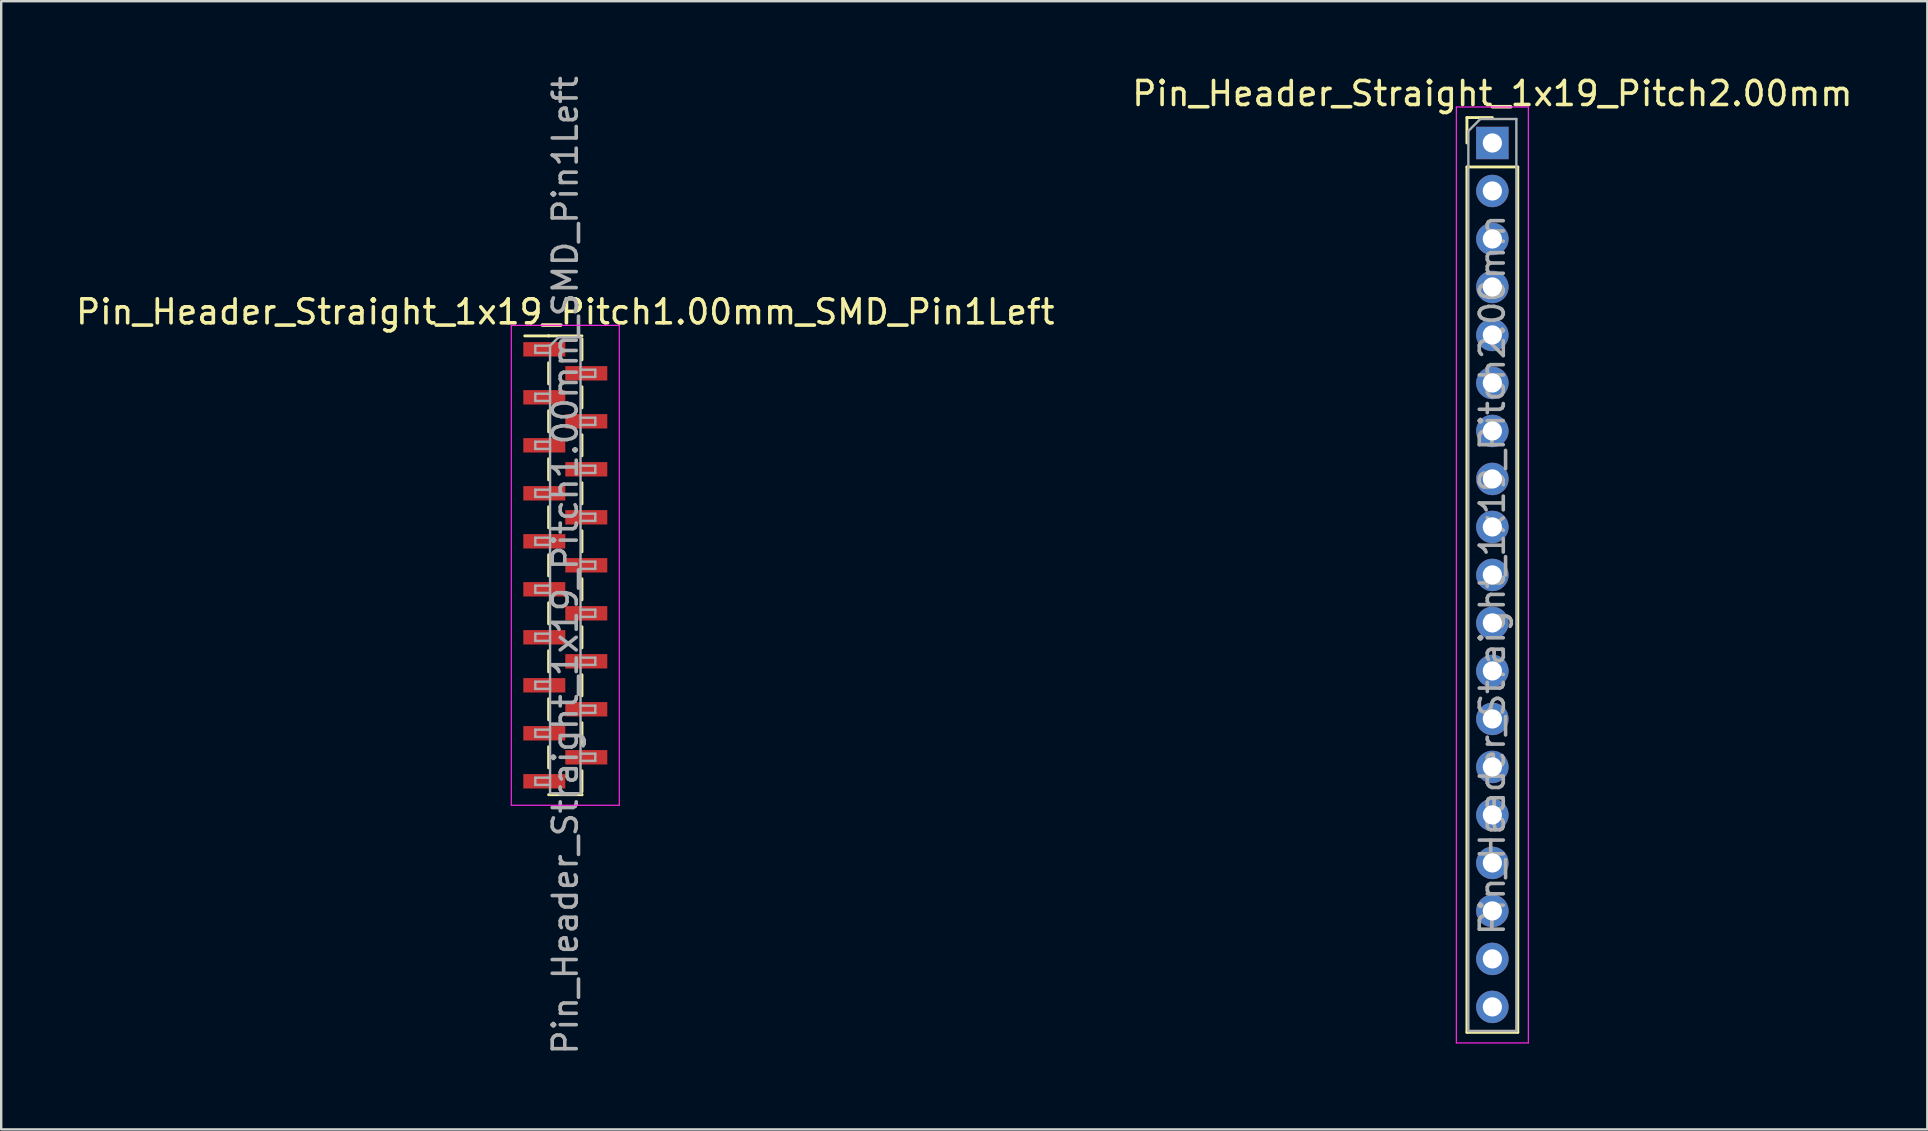
<source format=kicad_pcb>
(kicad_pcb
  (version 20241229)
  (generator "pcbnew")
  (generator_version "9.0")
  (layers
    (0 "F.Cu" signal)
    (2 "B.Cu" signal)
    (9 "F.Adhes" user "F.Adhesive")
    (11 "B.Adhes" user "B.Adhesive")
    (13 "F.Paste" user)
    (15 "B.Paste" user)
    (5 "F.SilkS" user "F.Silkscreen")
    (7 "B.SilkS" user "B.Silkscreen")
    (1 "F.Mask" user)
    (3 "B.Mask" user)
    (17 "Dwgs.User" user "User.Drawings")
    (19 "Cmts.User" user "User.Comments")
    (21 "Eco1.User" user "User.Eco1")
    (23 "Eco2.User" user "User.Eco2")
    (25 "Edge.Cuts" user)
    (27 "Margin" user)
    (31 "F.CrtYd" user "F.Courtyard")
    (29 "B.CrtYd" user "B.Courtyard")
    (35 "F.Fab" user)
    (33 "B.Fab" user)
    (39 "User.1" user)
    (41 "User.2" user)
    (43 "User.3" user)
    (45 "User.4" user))
  (footprint "Pin_Header_Straight_1x19_Pitch1.00mm_SMD_Pin1Left"
    (layer "F.Cu")
    (at 20.506 20.506)
    (property "Reference" "Pin_Header_Straight_1x19_Pitch1.00mm_SMD_Pin1Left" (at 0 -10.56 0) (layer "F.SilkS") (effects (font (size 1 1) (thickness 0.15))))
    (attr smd)
    (fp_line (start -0.695 -9.56) (end -1.69 -9.56) (stroke (width 0.12) (type solid)) (layer "F.SilkS"))
    (fp_line (start -0.695 -9.56) (end -0.695 -9.56) (stroke (width 0.12) (type solid)) (layer "F.SilkS"))
    (fp_line (start -0.695 -9.56) (end 0.695 -9.56) (stroke (width 0.12) (type solid)) (layer "F.SilkS"))
    (fp_line (start -0.695 -8.44) (end -0.695 -7.56) (stroke (width 0.12) (type solid)) (layer "F.SilkS"))
    (fp_line (start -0.695 -6.44) (end -0.695 -5.56) (stroke (width 0.12) (type solid)) (layer "F.SilkS"))
    (fp_line (start -0.695 -4.44) (end -0.695 -3.56) (stroke (width 0.12) (type solid)) (layer "F.SilkS"))
    (fp_line (start -0.695 -2.44) (end -0.695 -1.56) (stroke (width 0.12) (type solid)) (layer "F.SilkS"))
    (fp_line (start -0.695 -0.44) (end -0.695 0.44) (stroke (width 0.12) (type solid)) (layer "F.SilkS"))
    (fp_line (start -0.695 1.56) (end -0.695 2.44) (stroke (width 0.12) (type solid)) (layer "F.SilkS"))
    (fp_line (start -0.695 3.56) (end -0.695 4.44) (stroke (width 0.12) (type solid)) (layer "F.SilkS"))
    (fp_line (start -0.695 5.56) (end -0.695 6.44) (stroke (width 0.12) (type solid)) (layer "F.SilkS"))
    (fp_line (start -0.695 7.56) (end -0.695 8.44) (stroke (width 0.12) (type solid)) (layer "F.SilkS"))
    (fp_line (start -0.695 9.56) (end 0.695 9.56) (stroke (width 0.12) (type solid)) (layer "F.SilkS"))
    (fp_line (start 0.695 -9.44) (end 0.695 -8.56) (stroke (width 0.12) (type solid)) (layer "F.SilkS"))
    (fp_line (start 0.695 -7.44) (end 0.695 -6.56) (stroke (width 0.12) (type solid)) (layer "F.SilkS"))
    (fp_line (start 0.695 -5.44) (end 0.695 -4.56) (stroke (width 0.12) (type solid)) (layer "F.SilkS"))
    (fp_line (start 0.695 -3.44) (end 0.695 -2.56) (stroke (width 0.12) (type solid)) (layer "F.SilkS"))
    (fp_line (start 0.695 -1.44) (end 0.695 -0.56) (stroke (width 0.12) (type solid)) (layer "F.SilkS"))
    (fp_line (start 0.695 0.56) (end 0.695 1.44) (stroke (width 0.12) (type solid)) (layer "F.SilkS"))
    (fp_line (start 0.695 2.56) (end 0.695 3.44) (stroke (width 0.12) (type solid)) (layer "F.SilkS"))
    (fp_line (start 0.695 4.56) (end 0.695 5.44) (stroke (width 0.12) (type solid)) (layer "F.SilkS"))
    (fp_line (start 0.695 6.56) (end 0.695 7.44) (stroke (width 0.12) (type solid)) (layer "F.SilkS"))
    (fp_line (start 0.695 8.56) (end 0.695 9.44) (stroke (width 0.12) (type solid)) (layer "F.SilkS"))
    (fp_line (start 0.695 9.56) (end 0.695 9.56) (stroke (width 0.12) (type solid)) (layer "F.SilkS"))
    (fp_line (start -2.25 -10) (end -2.25 10) (stroke (width 0.05) (type solid)) (layer "F.CrtYd"))
    (fp_line (start -2.25 10) (end 2.25 10) (stroke (width 0.05) (type solid)) (layer "F.CrtYd"))
    (fp_line (start 2.25 -10) (end -2.25 -10) (stroke (width 0.05) (type solid)) (layer "F.CrtYd"))
    (fp_line (start 2.25 10) (end 2.25 -10) (stroke (width 0.05) (type solid)) (layer "F.CrtYd"))
    (fp_line (start -1.25 -9.15) (end -1.25 -8.85) (stroke (width 0.1) (type solid)) (layer "F.Fab"))
    (fp_line (start -1.25 -8.85) (end -0.635 -8.85) (stroke (width 0.1) (type solid)) (layer "F.Fab"))
    (fp_line (start -1.25 -7.15) (end -1.25 -6.85) (stroke (width 0.1) (type solid)) (layer "F.Fab"))
    (fp_line (start -1.25 -6.85) (end -0.635 -6.85) (stroke (width 0.1) (type solid)) (layer "F.Fab"))
    (fp_line (start -1.25 -5.15) (end -1.25 -4.85) (stroke (width 0.1) (type solid)) (layer "F.Fab"))
    (fp_line (start -1.25 -4.85) (end -0.635 -4.85) (stroke (width 0.1) (type solid)) (layer "F.Fab"))
    (fp_line (start -1.25 -3.15) (end -1.25 -2.85) (stroke (width 0.1) (type solid)) (layer "F.Fab"))
    (fp_line (start -1.25 -2.85) (end -0.635 -2.85) (stroke (width 0.1) (type solid)) (layer "F.Fab"))
    (fp_line (start -1.25 -1.15) (end -1.25 -0.85) (stroke (width 0.1) (type solid)) (layer "F.Fab"))
    (fp_line (start -1.25 -0.85) (end -0.635 -0.85) (stroke (width 0.1) (type solid)) (layer "F.Fab"))
    (fp_line (start -1.25 0.85) (end -1.25 1.15) (stroke (width 0.1) (type solid)) (layer "F.Fab"))
    (fp_line (start -1.25 1.15) (end -0.635 1.15) (stroke (width 0.1) (type solid)) (layer "F.Fab"))
    (fp_line (start -1.25 2.85) (end -1.25 3.15) (stroke (width 0.1) (type solid)) (layer "F.Fab"))
    (fp_line (start -1.25 3.15) (end -0.635 3.15) (stroke (width 0.1) (type solid)) (layer "F.Fab"))
    (fp_line (start -1.25 4.85) (end -1.25 5.15) (stroke (width 0.1) (type solid)) (layer "F.Fab"))
    (fp_line (start -1.25 5.15) (end -0.635 5.15) (stroke (width 0.1) (type solid)) (layer "F.Fab"))
    (fp_line (start -1.25 6.85) (end -1.25 7.15) (stroke (width 0.1) (type solid)) (layer "F.Fab"))
    (fp_line (start -1.25 7.15) (end -0.635 7.15) (stroke (width 0.1) (type solid)) (layer "F.Fab"))
    (fp_line (start -1.25 8.85) (end -1.25 9.15) (stroke (width 0.1) (type solid)) (layer "F.Fab"))
    (fp_line (start -1.25 9.15) (end -0.635 9.15) (stroke (width 0.1) (type solid)) (layer "F.Fab"))
    (fp_line (start -0.635 -9.15) (end -1.25 -9.15) (stroke (width 0.1) (type solid)) (layer "F.Fab"))
    (fp_line (start -0.635 -9.15) (end -0.285 -9.5) (stroke (width 0.1) (type solid)) (layer "F.Fab"))
    (fp_line (start -0.635 -7.15) (end -1.25 -7.15) (stroke (width 0.1) (type solid)) (layer "F.Fab"))
    (fp_line (start -0.635 -5.15) (end -1.25 -5.15) (stroke (width 0.1) (type solid)) (layer "F.Fab"))
    (fp_line (start -0.635 -3.15) (end -1.25 -3.15) (stroke (width 0.1) (type solid)) (layer "F.Fab"))
    (fp_line (start -0.635 -1.15) (end -1.25 -1.15) (stroke (width 0.1) (type solid)) (layer "F.Fab"))
    (fp_line (start -0.635 0.85) (end -1.25 0.85) (stroke (width 0.1) (type solid)) (layer "F.Fab"))
    (fp_line (start -0.635 2.85) (end -1.25 2.85) (stroke (width 0.1) (type solid)) (layer "F.Fab"))
    (fp_line (start -0.635 4.85) (end -1.25 4.85) (stroke (width 0.1) (type solid)) (layer "F.Fab"))
    (fp_line (start -0.635 6.85) (end -1.25 6.85) (stroke (width 0.1) (type solid)) (layer "F.Fab"))
    (fp_line (start -0.635 8.85) (end -1.25 8.85) (stroke (width 0.1) (type solid)) (layer "F.Fab"))
    (fp_line (start -0.635 9.5) (end -0.635 -9.15) (stroke (width 0.1) (type solid)) (layer "F.Fab"))
    (fp_line (start -0.285 -9.5) (end 0.635 -9.5) (stroke (width 0.1) (type solid)) (layer "F.Fab"))
    (fp_line (start 0.635 -9.5) (end 0.635 9.5) (stroke (width 0.1) (type solid)) (layer "F.Fab"))
    (fp_line (start 0.635 -8.15) (end 1.25 -8.15) (stroke (width 0.1) (type solid)) (layer "F.Fab"))
    (fp_line (start 0.635 -6.15) (end 1.25 -6.15) (stroke (width 0.1) (type solid)) (layer "F.Fab"))
    (fp_line (start 0.635 -4.15) (end 1.25 -4.15) (stroke (width 0.1) (type solid)) (layer "F.Fab"))
    (fp_line (start 0.635 -2.15) (end 1.25 -2.15) (stroke (width 0.1) (type solid)) (layer "F.Fab"))
    (fp_line (start 0.635 -0.15) (end 1.25 -0.15) (stroke (width 0.1) (type solid)) (layer "F.Fab"))
    (fp_line (start 0.635 1.85) (end 1.25 1.85) (stroke (width 0.1) (type solid)) (layer "F.Fab"))
    (fp_line (start 0.635 3.85) (end 1.25 3.85) (stroke (width 0.1) (type solid)) (layer "F.Fab"))
    (fp_line (start 0.635 5.85) (end 1.25 5.85) (stroke (width 0.1) (type solid)) (layer "F.Fab"))
    (fp_line (start 0.635 7.85) (end 1.25 7.85) (stroke (width 0.1) (type solid)) (layer "F.Fab"))
    (fp_line (start 0.635 9.5) (end -0.635 9.5) (stroke (width 0.1) (type solid)) (layer "F.Fab"))
    (fp_line (start 1.25 -8.15) (end 1.25 -7.85) (stroke (width 0.1) (type solid)) (layer "F.Fab"))
    (fp_line (start 1.25 -7.85) (end 0.635 -7.85) (stroke (width 0.1) (type solid)) (layer "F.Fab"))
    (fp_line (start 1.25 -6.15) (end 1.25 -5.85) (stroke (width 0.1) (type solid)) (layer "F.Fab"))
    (fp_line (start 1.25 -5.85) (end 0.635 -5.85) (stroke (width 0.1) (type solid)) (layer "F.Fab"))
    (fp_line (start 1.25 -4.15) (end 1.25 -3.85) (stroke (width 0.1) (type solid)) (layer "F.Fab"))
    (fp_line (start 1.25 -3.85) (end 0.635 -3.85) (stroke (width 0.1) (type solid)) (layer "F.Fab"))
    (fp_line (start 1.25 -2.15) (end 1.25 -1.85) (stroke (width 0.1) (type solid)) (layer "F.Fab"))
    (fp_line (start 1.25 -1.85) (end 0.635 -1.85) (stroke (width 0.1) (type solid)) (layer "F.Fab"))
    (fp_line (start 1.25 -0.15) (end 1.25 0.15) (stroke (width 0.1) (type solid)) (layer "F.Fab"))
    (fp_line (start 1.25 0.15) (end 0.635 0.15) (stroke (width 0.1) (type solid)) (layer "F.Fab"))
    (fp_line (start 1.25 1.85) (end 1.25 2.15) (stroke (width 0.1) (type solid)) (layer "F.Fab"))
    (fp_line (start 1.25 2.15) (end 0.635 2.15) (stroke (width 0.1) (type solid)) (layer "F.Fab"))
    (fp_line (start 1.25 3.85) (end 1.25 4.15) (stroke (width 0.1) (type solid)) (layer "F.Fab"))
    (fp_line (start 1.25 4.15) (end 0.635 4.15) (stroke (width 0.1) (type solid)) (layer "F.Fab"))
    (fp_line (start 1.25 5.85) (end 1.25 6.15) (stroke (width 0.1) (type solid)) (layer "F.Fab"))
    (fp_line (start 1.25 6.15) (end 0.635 6.15) (stroke (width 0.1) (type solid)) (layer "F.Fab"))
    (fp_line (start 1.25 7.85) (end 1.25 8.15) (stroke (width 0.1) (type solid)) (layer "F.Fab"))
    (fp_line (start 1.25 8.15) (end 0.635 8.15) (stroke (width 0.1) (type solid)) (layer "F.Fab"))
    (fp_text user "${REFERENCE}" (at 0 0 90) (layer "F.Fab") (effects (font (size 1 1) (thickness 0.15))))
    (pad "1" smd rect (at -0.875 -9) (size 1.75 0.6) (layers "F.Cu" "F.Mask" "F.Paste"))
    (pad "2" smd rect (at 0.875 -8) (size 1.75 0.6) (layers "F.Cu" "F.Mask" "F.Paste"))
    (pad "3" smd rect (at -0.875 -7) (size 1.75 0.6) (layers "F.Cu" "F.Mask" "F.Paste"))
    (pad "4" smd rect (at 0.875 -6) (size 1.75 0.6) (layers "F.Cu" "F.Mask" "F.Paste"))
    (pad "5" smd rect (at -0.875 -5) (size 1.75 0.6) (layers "F.Cu" "F.Mask" "F.Paste"))
    (pad "6" smd rect (at 0.875 -4) (size 1.75 0.6) (layers "F.Cu" "F.Mask" "F.Paste"))
    (pad "7" smd rect (at -0.875 -3) (size 1.75 0.6) (layers "F.Cu" "F.Mask" "F.Paste"))
    (pad "8" smd rect (at 0.875 -2) (size 1.75 0.6) (layers "F.Cu" "F.Mask" "F.Paste"))
    (pad "9" smd rect (at -0.875 -1) (size 1.75 0.6) (layers "F.Cu" "F.Mask" "F.Paste"))
    (pad "10" smd rect (at 0.875 0) (size 1.75 0.6) (layers "F.Cu" "F.Mask" "F.Paste"))
    (pad "11" smd rect (at -0.875 1) (size 1.75 0.6) (layers "F.Cu" "F.Mask" "F.Paste"))
    (pad "12" smd rect (at 0.875 2) (size 1.75 0.6) (layers "F.Cu" "F.Mask" "F.Paste"))
    (pad "13" smd rect (at -0.875 3) (size 1.75 0.6) (layers "F.Cu" "F.Mask" "F.Paste"))
    (pad "14" smd rect (at 0.875 4) (size 1.75 0.6) (layers "F.Cu" "F.Mask" "F.Paste"))
    (pad "15" smd rect (at -0.875 5) (size 1.75 0.6) (layers "F.Cu" "F.Mask" "F.Paste"))
    (pad "16" smd rect (at 0.875 6) (size 1.75 0.6) (layers "F.Cu" "F.Mask" "F.Paste"))
    (pad "17" smd rect (at -0.875 7) (size 1.75 0.6) (layers "F.Cu" "F.Mask" "F.Paste"))
    (pad "18" smd rect (at 0.875 8) (size 1.75 0.6) (layers "F.Cu" "F.Mask" "F.Paste"))
    (pad "19" smd rect (at -0.875 9) (size 1.75 0.6) (layers "F.Cu" "F.Mask" "F.Paste")))
  (footprint "Pin_Header_Straight_1x19_Pitch2.00mm"
    (layer "F.Cu")
    (at 59.137 2.908)
    (property "Reference" "Pin_Header_Straight_1x19_Pitch2.00mm" (at 0 -2.06 0) (layer "F.SilkS") (effects (font (size 1 1) (thickness 0.15))))
    (attr through_hole)
    (fp_line (start -1.06 -1.06) (end 0 -1.06) (stroke (width 0.12) (type solid)) (layer "F.SilkS"))
    (fp_line (start -1.06 0) (end -1.06 -1.06) (stroke (width 0.12) (type solid)) (layer "F.SilkS"))
    (fp_line (start -1.06 1) (end -1.06 37.06) (stroke (width 0.12) (type solid)) (layer "F.SilkS"))
    (fp_line (start -1.06 37.06) (end 1.06 37.06) (stroke (width 0.12) (type solid)) (layer "F.SilkS"))
    (fp_line (start 1.06 1) (end -1.06 1) (stroke (width 0.12) (type solid)) (layer "F.SilkS"))
    (fp_line (start 1.06 37.06) (end 1.06 1) (stroke (width 0.12) (type solid)) (layer "F.SilkS"))
    (fp_line (start -1.5 -1.5) (end -1.5 37.5) (stroke (width 0.05) (type solid)) (layer "F.CrtYd"))
    (fp_line (start -1.5 37.5) (end 1.5 37.5) (stroke (width 0.05) (type solid)) (layer "F.CrtYd"))
    (fp_line (start 1.5 -1.5) (end -1.5 -1.5) (stroke (width 0.05) (type solid)) (layer "F.CrtYd"))
    (fp_line (start 1.5 37.5) (end 1.5 -1.5) (stroke (width 0.05) (type solid)) (layer "F.CrtYd"))
    (fp_line (start -1 -0.5) (end -0.5 -1) (stroke (width 0.1) (type solid)) (layer "F.Fab"))
    (fp_line (start -1 37) (end -1 -0.5) (stroke (width 0.1) (type solid)) (layer "F.Fab"))
    (fp_line (start -0.5 -1) (end 1 -1) (stroke (width 0.1) (type solid)) (layer "F.Fab"))
    (fp_line (start 1 -1) (end 1 37) (stroke (width 0.1) (type solid)) (layer "F.Fab"))
    (fp_line (start 1 37) (end -1 37) (stroke (width 0.1) (type solid)) (layer "F.Fab"))
    (fp_text user "${REFERENCE}" (at 0 18 90) (layer "F.Fab") (effects (font (size 1 1) (thickness 0.15))))
    (pad "1" thru_hole rect (at 0 0) (size 1.35 1.35) (drill 0.8) (layers "*.Cu" "*.Mask"))
    (pad "2" thru_hole oval (at 0 2) (size 1.35 1.35) (drill 0.8) (layers "*.Cu" "*.Mask"))
    (pad "3" thru_hole oval (at 0 4) (size 1.35 1.35) (drill 0.8) (layers "*.Cu" "*.Mask"))
    (pad "4" thru_hole oval (at 0 6) (size 1.35 1.35) (drill 0.8) (layers "*.Cu" "*.Mask"))
    (pad "5" thru_hole oval (at 0 8) (size 1.35 1.35) (drill 0.8) (layers "*.Cu" "*.Mask"))
    (pad "6" thru_hole oval (at 0 10) (size 1.35 1.35) (drill 0.8) (layers "*.Cu" "*.Mask"))
    (pad "7" thru_hole oval (at 0 12) (size 1.35 1.35) (drill 0.8) (layers "*.Cu" "*.Mask"))
    (pad "8" thru_hole oval (at 0 14) (size 1.35 1.35) (drill 0.8) (layers "*.Cu" "*.Mask"))
    (pad "9" thru_hole oval (at 0 16) (size 1.35 1.35) (drill 0.8) (layers "*.Cu" "*.Mask"))
    (pad "10" thru_hole oval (at 0 18) (size 1.35 1.35) (drill 0.8) (layers "*.Cu" "*.Mask"))
    (pad "11" thru_hole oval (at 0 20) (size 1.35 1.35) (drill 0.8) (layers "*.Cu" "*.Mask"))
    (pad "12" thru_hole oval (at 0 22) (size 1.35 1.35) (drill 0.8) (layers "*.Cu" "*.Mask"))
    (pad "13" thru_hole oval (at 0 24) (size 1.35 1.35) (drill 0.8) (layers "*.Cu" "*.Mask"))
    (pad "14" thru_hole oval (at 0 26) (size 1.35 1.35) (drill 0.8) (layers "*.Cu" "*.Mask"))
    (pad "15" thru_hole oval (at 0 28) (size 1.35 1.35) (drill 0.8) (layers "*.Cu" "*.Mask"))
    (pad "16" thru_hole oval (at 0 30) (size 1.35 1.35) (drill 0.8) (layers "*.Cu" "*.Mask"))
    (pad "17" thru_hole oval (at 0 32) (size 1.35 1.35) (drill 0.8) (layers "*.Cu" "*.Mask"))
    (pad "18" thru_hole oval (at 0 34) (size 1.35 1.35) (drill 0.8) (layers "*.Cu" "*.Mask"))
    (pad "19" thru_hole oval (at 0 36) (size 1.35 1.35) (drill 0.8) (layers "*.Cu" "*.Mask")))
  (gr_rect
    (start -3 -3)
    (end 77.262 44.012)
    (stroke (width 0.1) (type default))
    (fill no)
    (layer "Edge.Cuts")))
</source>
